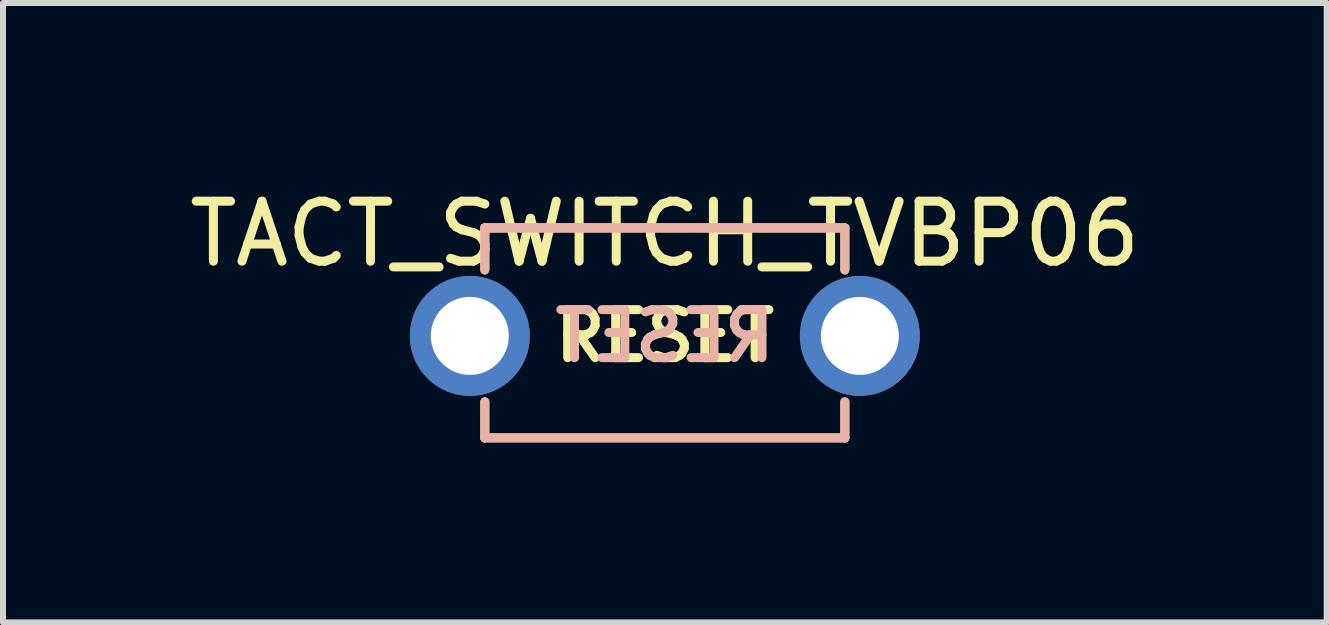
<source format=kicad_pcb>
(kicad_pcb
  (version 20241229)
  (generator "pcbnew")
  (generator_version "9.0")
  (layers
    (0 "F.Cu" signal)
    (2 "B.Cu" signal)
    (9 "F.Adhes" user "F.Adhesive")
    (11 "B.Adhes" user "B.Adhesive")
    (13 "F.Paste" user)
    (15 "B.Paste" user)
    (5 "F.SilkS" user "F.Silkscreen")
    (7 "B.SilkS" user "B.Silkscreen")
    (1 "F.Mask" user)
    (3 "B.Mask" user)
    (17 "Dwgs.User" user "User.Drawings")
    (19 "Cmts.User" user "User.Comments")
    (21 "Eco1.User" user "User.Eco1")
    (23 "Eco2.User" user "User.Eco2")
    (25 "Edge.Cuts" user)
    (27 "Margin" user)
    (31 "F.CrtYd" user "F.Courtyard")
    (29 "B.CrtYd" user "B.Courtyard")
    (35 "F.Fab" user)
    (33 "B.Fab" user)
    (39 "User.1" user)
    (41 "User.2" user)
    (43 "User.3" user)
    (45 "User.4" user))
  (footprint "TACT_SWITCH_TVBP06"
    (layer "F.Cu")
    (at 8.03 2.548)
    (property "Reference" "TACT_SWITCH_TVBP06" (at 0 -1.7 0) (layer "F.SilkS") (effects (font (size 1 1) (thickness 0.15))))
    (attr through_hole)
    (fp_line (start -3 -1.8) (end -3 -1.1) (stroke (width 0.15) (type solid)) (layer "F.SilkS"))
    (fp_line (start -3 1.7) (end -3 1.1) (stroke (width 0.15) (type solid)) (layer "F.SilkS"))
    (fp_line (start -3 1.7) (end 3 1.7) (stroke (width 0.15) (type solid)) (layer "F.SilkS"))
    (fp_line (start 3 -1.8) (end -3 -1.8) (stroke (width 0.15) (type solid)) (layer "F.SilkS"))
    (fp_line (start 3 -1.8) (end 3 -1.1) (stroke (width 0.15) (type solid)) (layer "F.SilkS"))
    (fp_line (start 3 1.7) (end 3 1.1) (stroke (width 0.15) (type solid)) (layer "F.SilkS"))
    (fp_line (start -3 -1.8) (end -3 -1.1) (stroke (width 0.15) (type solid)) (layer "B.SilkS"))
    (fp_line (start -3 -1.8) (end 2.9 -1.8) (stroke (width 0.15) (type solid)) (layer "B.SilkS"))
    (fp_line (start -3 -1.8) (end 3 -1.8) (stroke (width 0.15) (type solid)) (layer "B.SilkS"))
    (fp_line (start -3 1.7) (end -3 1.1) (stroke (width 0.15) (type solid)) (layer "B.SilkS"))
    (fp_line (start 3 -1.8) (end 3 -1.1) (stroke (width 0.15) (type solid)) (layer "B.SilkS"))
    (fp_line (start 3 1.7) (end -3 1.7) (stroke (width 0.15) (type solid)) (layer "B.SilkS"))
    (fp_line (start 3 1.7) (end 3 1.1) (stroke (width 0.15) (type solid)) (layer "B.SilkS"))
    (fp_text user "RESET" (at 0 0 180) (layer "F.SilkS") (effects (font (size 0.8 0.8) (thickness 0.15))))
    (fp_text user "RESET" (at 0 0 0) (layer "B.SilkS") (effects (font (size 0.8 0.8) (thickness 0.15)) (justify mirror)))
    (pad "1" thru_hole circle (at -3.25 0) (size 2 2) (drill 1.3) (layers "*.Cu" "*.Mask"))
    (pad "2" thru_hole circle (at 3.25 0) (size 2 2) (drill 1.3) (layers "*.Cu" "*.Mask")))
  (gr_rect
    (start -3 -3)
    (end 19.06 7.323)
    (stroke (width 0.1) (type default))
    (fill no)
    (layer "Edge.Cuts")))
</source>
